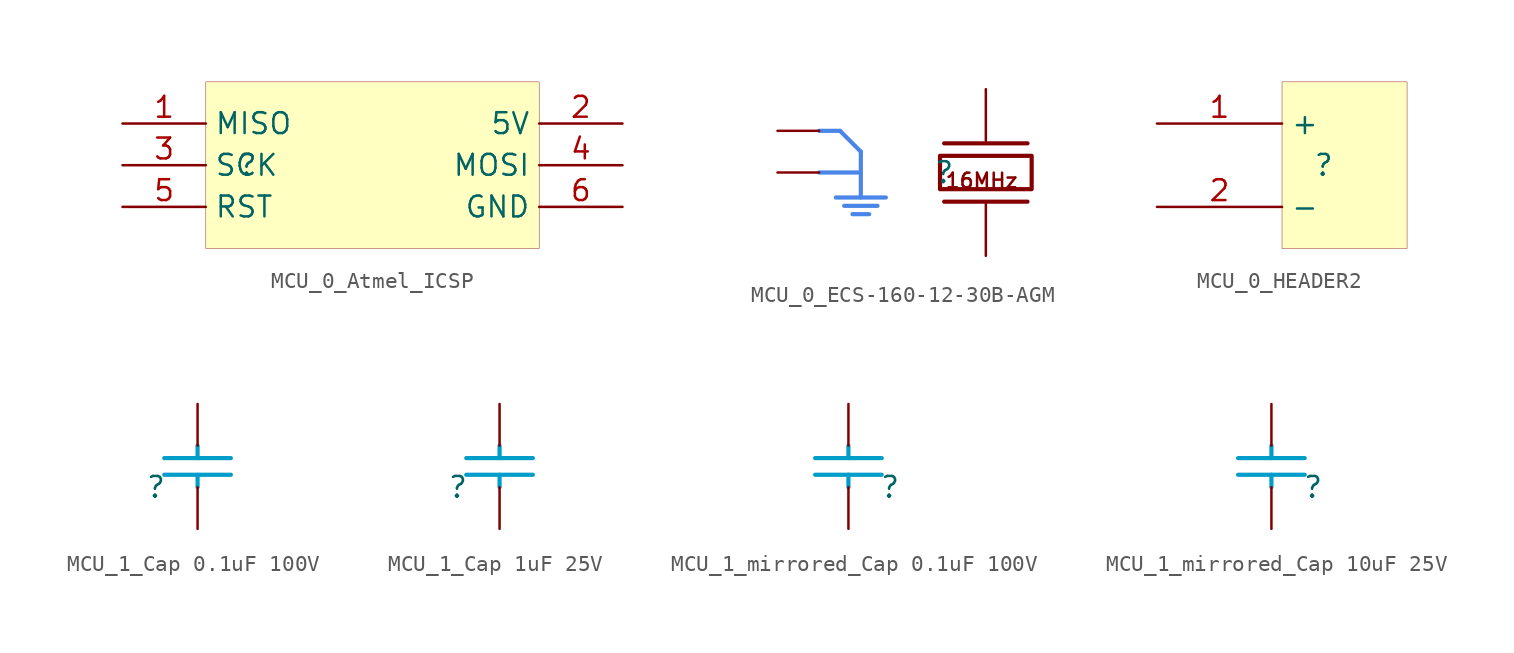
<source format=kicad_sym>
(kicad_symbol_lib
  (version 20231120)
  (generator "kicad_symbol_editor")
  (generator_version "8.0")
  (symbol "MCU_0_Atmel_ICSP"
    (property "Reference" ""
      (at 0 0 0)
      (effects (font (size 1.27 1.27))))
    (property "Value" ""
      (at 0 0 0)
      (effects (font (size 1.27 1.27))))
    (symbol "MCU_0_Atmel_ICSP_1_0"
      (rectangle (start 17.78 5.08) (end -2.54 -5.08) (stroke (width 0.025) (type solid) (color 128 0 0 1)) (fill (type background)))
      (pin passive line (at -7.62 2.54 0) (length 5.08) (name "MISO" (effects (font (size 1.27 1.27)))) (number "1" (effects (font (size 1.27 1.27)))))
      (pin passive line (at 22.86 2.54 180) (length 5.08) (name "5V" (effects (font (size 1.27 1.27)))) (number "2" (effects (font (size 1.27 1.27)))))
      (pin passive line (at -7.62 0 0) (length 5.08) (name "SCK" (effects (font (size 1.27 1.27)))) (number "3" (effects (font (size 1.27 1.27)))))
      (pin passive line (at 22.86 0 180) (length 5.08) (name "MOSI" (effects (font (size 1.27 1.27)))) (number "4" (effects (font (size 1.27 1.27)))))
      (pin passive line (at -7.62 -2.54 0) (length 5.08) (name "RST" (effects (font (size 1.27 1.27)))) (number "5" (effects (font (size 1.27 1.27)))))
      (pin passive line (at 22.86 -2.54 180) (length 5.08) (name "GND" (effects (font (size 1.27 1.27)))) (number "6" (effects (font (size 1.27 1.27)))))))
  (symbol "MCU_0_ECS-160-12-30B-AGM"
    (property "Reference" ""
      (at 0 0 0)
      (effects (font (size 1.27 1.27))))
    (property "Value" ""
      (at 0 0 0)
      (effects (font (size 1.27 1.27))))
    (symbol "MCU_0_ECS-160-12-30B-AGM_1_0"
      (polyline (pts (xy -7.62 2.54) (xy -6.35 2.54)) (stroke (width 0.254) (type solid) (color 74 134 232 1)) (fill (type none)))
      (polyline (pts (xy -6.35 2.54) (xy -5.08 1.27)) (stroke (width 0.254) (type solid) (color 74 134 232 1)) (fill (type none)))
      (polyline (pts (xy -5.08 1.27) (xy -5.08 0)) (stroke (width 0.254) (type solid) (color 74 134 232 1)) (fill (type none)))
      (polyline (pts (xy -4.572 -2.54) (xy -5.588 -2.54)) (stroke (width 0.254) (type solid) (color 74 134 232 1)) (fill (type none)))
      (polyline (pts (xy -4.064 -2.032) (xy -6.096 -2.032)) (stroke (width 0.254) (type solid) (color 74 134 232 1)) (fill (type none)))
      (polyline (pts (xy -3.556 -1.524) (xy -6.604 -1.524)) (stroke (width 0.254) (type solid) (color 74 134 232 1)) (fill (type none)))
      (polyline (pts (xy 0 -1.778) (xy 5.08 -1.778)) (stroke (width 0.254) (type solid)) (fill (type none)))
      (polyline (pts (xy 5.08 1.778) (xy 0 1.778)) (stroke (width 0.254) (type solid)) (fill (type none)))
      (polyline (pts (xy -7.62 0) (xy -5.08 0) (xy -5.08 -1.524)) (stroke (width 0.254) (type solid) (color 74 134 232 1)) (fill (type none)))
      (polyline (pts (xy 0 -1.016) (xy -0.254 -1.016) (xy -0.254 1.016) (xy 5.334 1.016) (xy 5.334 -1.016) (xy 0 -1.016)) (stroke (width 0.254) (type solid)) (fill (type none)))
      (text "16MHz" (at 0 -1.016 0) (effects (font (size 0.889 0.889)) (justify left bottom)))
      (pin passive line (at 2.54 5.08 270) (length 3.175) (name "1" (effects (font (size 0 0)))) (number "1" (effects (font (size 0 0)))))
      (pin passive line (at -10.16 0 0) (length 2.54) (name "2" (effects (font (size 0 0)))) (number "2" (effects (font (size 0 0)))))
      (pin passive line (at 2.54 -5.08 90) (length 3.175) (name "3" (effects (font (size 0 0)))) (number "3" (effects (font (size 0 0)))))
      (pin passive line (at -10.16 2.54 0) (length 2.54) (name "4" (effects (font (size 0 0)))) (number "4" (effects (font (size 0 0)))))))
  (symbol "MCU_0_HEADER2"
    (property "Reference" ""
      (at 0 0 0)
      (effects (font (size 1.27 1.27))))
    (property "Value" ""
      (at 0 0 0)
      (effects (font (size 1.27 1.27))))
    (symbol "MCU_0_HEADER2_1_0"
      (rectangle (start 5.08 5.08) (end -2.54 -5.08) (stroke (width 0.025) (type solid) (color 128 0 0 1)) (fill (type background)))
      (pin passive line (at -10.16 2.54 0) (length 7.62) (name "+" (effects (font (size 1.27 1.27)))) (number "1" (effects (font (size 1.27 1.27)))))
      (pin passive line (at -10.16 -2.54 0) (length 7.62) (name "-" (effects (font (size 1.27 1.27)))) (number "2" (effects (font (size 1.27 1.27)))))))
  (symbol "MCU_1_Cap 0.1uF 100V"
    (property "Reference" ""
      (at 0 0 0)
      (effects (font (size 1.27 1.27))))
    (property "Value" ""
      (at 0 0 0)
      (effects (font (size 1.27 1.27))))
    (symbol "MCU_1_Cap 0.1uF 100V_1_0"
      (polyline (pts (xy 0.508 0.762) (xy 4.572 0.762)) (stroke (width 0.254) (type solid) (color 0 156 202 1)) (fill (type none)))
      (polyline (pts (xy 0.508 1.778) (xy 4.572 1.778)) (stroke (width 0.254) (type solid) (color 0 156 202 1)) (fill (type none)))
      (polyline (pts (xy 2.54 0) (xy 2.54 0.762)) (stroke (width 0.254) (type solid) (color 0 156 202 1)) (fill (type none)))
      (polyline (pts (xy 2.54 2.54) (xy 2.54 1.778)) (stroke (width 0.254) (type solid) (color 0 156 202 1)) (fill (type none)))
      (pin passive line (at 2.54 -2.54 90) (length 2.54) (name "1" (effects (font (size 0 0)))) (number "1" (effects (font (size 0 0)))))
      (pin passive line (at 2.54 5.08 270) (length 2.54) (name "2" (effects (font (size 0 0)))) (number "2" (effects (font (size 0 0)))))))
  (symbol "MCU_1_Cap 1uF 25V"
    (property "Reference" ""
      (at 0 0 0)
      (effects (font (size 1.27 1.27))))
    (property "Value" ""
      (at 0 0 0)
      (effects (font (size 1.27 1.27))))
    (symbol "MCU_1_Cap 1uF 25V_1_0"
      (polyline (pts (xy 0.508 0.762) (xy 4.572 0.762)) (stroke (width 0.254) (type solid) (color 0 156 202 1)) (fill (type none)))
      (polyline (pts (xy 0.508 1.778) (xy 4.572 1.778)) (stroke (width 0.254) (type solid) (color 0 156 202 1)) (fill (type none)))
      (polyline (pts (xy 2.54 0) (xy 2.54 0.762)) (stroke (width 0.254) (type solid) (color 0 156 202 1)) (fill (type none)))
      (polyline (pts (xy 2.54 2.54) (xy 2.54 1.778)) (stroke (width 0.254) (type solid) (color 0 156 202 1)) (fill (type none)))
      (pin passive line (at 2.54 -2.54 90) (length 2.54) (name "1" (effects (font (size 0 0)))) (number "1" (effects (font (size 0 0)))))
      (pin passive line (at 2.54 5.08 270) (length 2.54) (name "2" (effects (font (size 0 0)))) (number "2" (effects (font (size 0 0)))))))
  (symbol "MCU_1_mirrored_Cap 0.1uF 100V"
    (property "Reference" ""
      (at 0 0 0)
      (effects (font (size 1.27 1.27))))
    (property "Value" ""
      (at 0 0 0)
      (effects (font (size 1.27 1.27))))
    (symbol "MCU_1_mirrored_Cap 0.1uF 100V_1_0"
      (polyline (pts (xy -2.54 0) (xy -2.54 0.762)) (stroke (width 0.254) (type solid) (color 0 156 202 1)) (fill (type none)))
      (polyline (pts (xy -2.54 2.54) (xy -2.54 1.778)) (stroke (width 0.254) (type solid) (color 0 156 202 1)) (fill (type none)))
      (polyline (pts (xy -0.508 0.762) (xy -4.572 0.762)) (stroke (width 0.254) (type solid) (color 0 156 202 1)) (fill (type none)))
      (polyline (pts (xy -0.508 1.778) (xy -4.572 1.778)) (stroke (width 0.254) (type solid) (color 0 156 202 1)) (fill (type none)))
      (pin passive line (at -2.54 -2.54 90) (length 2.54) (name "1" (effects (font (size 0 0)))) (number "1" (effects (font (size 0 0)))))
      (pin passive line (at -2.54 5.08 270) (length 2.54) (name "2" (effects (font (size 0 0)))) (number "2" (effects (font (size 0 0)))))))
  (symbol "MCU_1_mirrored_Cap 10uF 25V"
    (property "Reference" ""
      (at 0 0 0)
      (effects (font (size 1.27 1.27))))
    (property "Value" ""
      (at 0 0 0)
      (effects (font (size 1.27 1.27))))
    (symbol "MCU_1_mirrored_Cap 10uF 25V_1_0"
      (polyline (pts (xy -2.54 0) (xy -2.54 0.762)) (stroke (width 0.254) (type solid) (color 0 156 202 1)) (fill (type none)))
      (polyline (pts (xy -2.54 2.54) (xy -2.54 1.778)) (stroke (width 0.254) (type solid) (color 0 156 202 1)) (fill (type none)))
      (polyline (pts (xy -0.508 0.762) (xy -4.572 0.762)) (stroke (width 0.254) (type solid) (color 0 156 202 1)) (fill (type none)))
      (polyline (pts (xy -0.508 1.778) (xy -4.572 1.778)) (stroke (width 0.254) (type solid) (color 0 156 202 1)) (fill (type none)))
      (pin passive line (at -2.54 -2.54 90) (length 2.54) (name "1" (effects (font (size 0 0)))) (number "1" (effects (font (size 0 0)))))
      (pin passive line (at -2.54 5.08 270) (length 2.54) (name "2" (effects (font (size 0 0)))) (number "2" (effects (font (size 0 0))))))))
</source>
